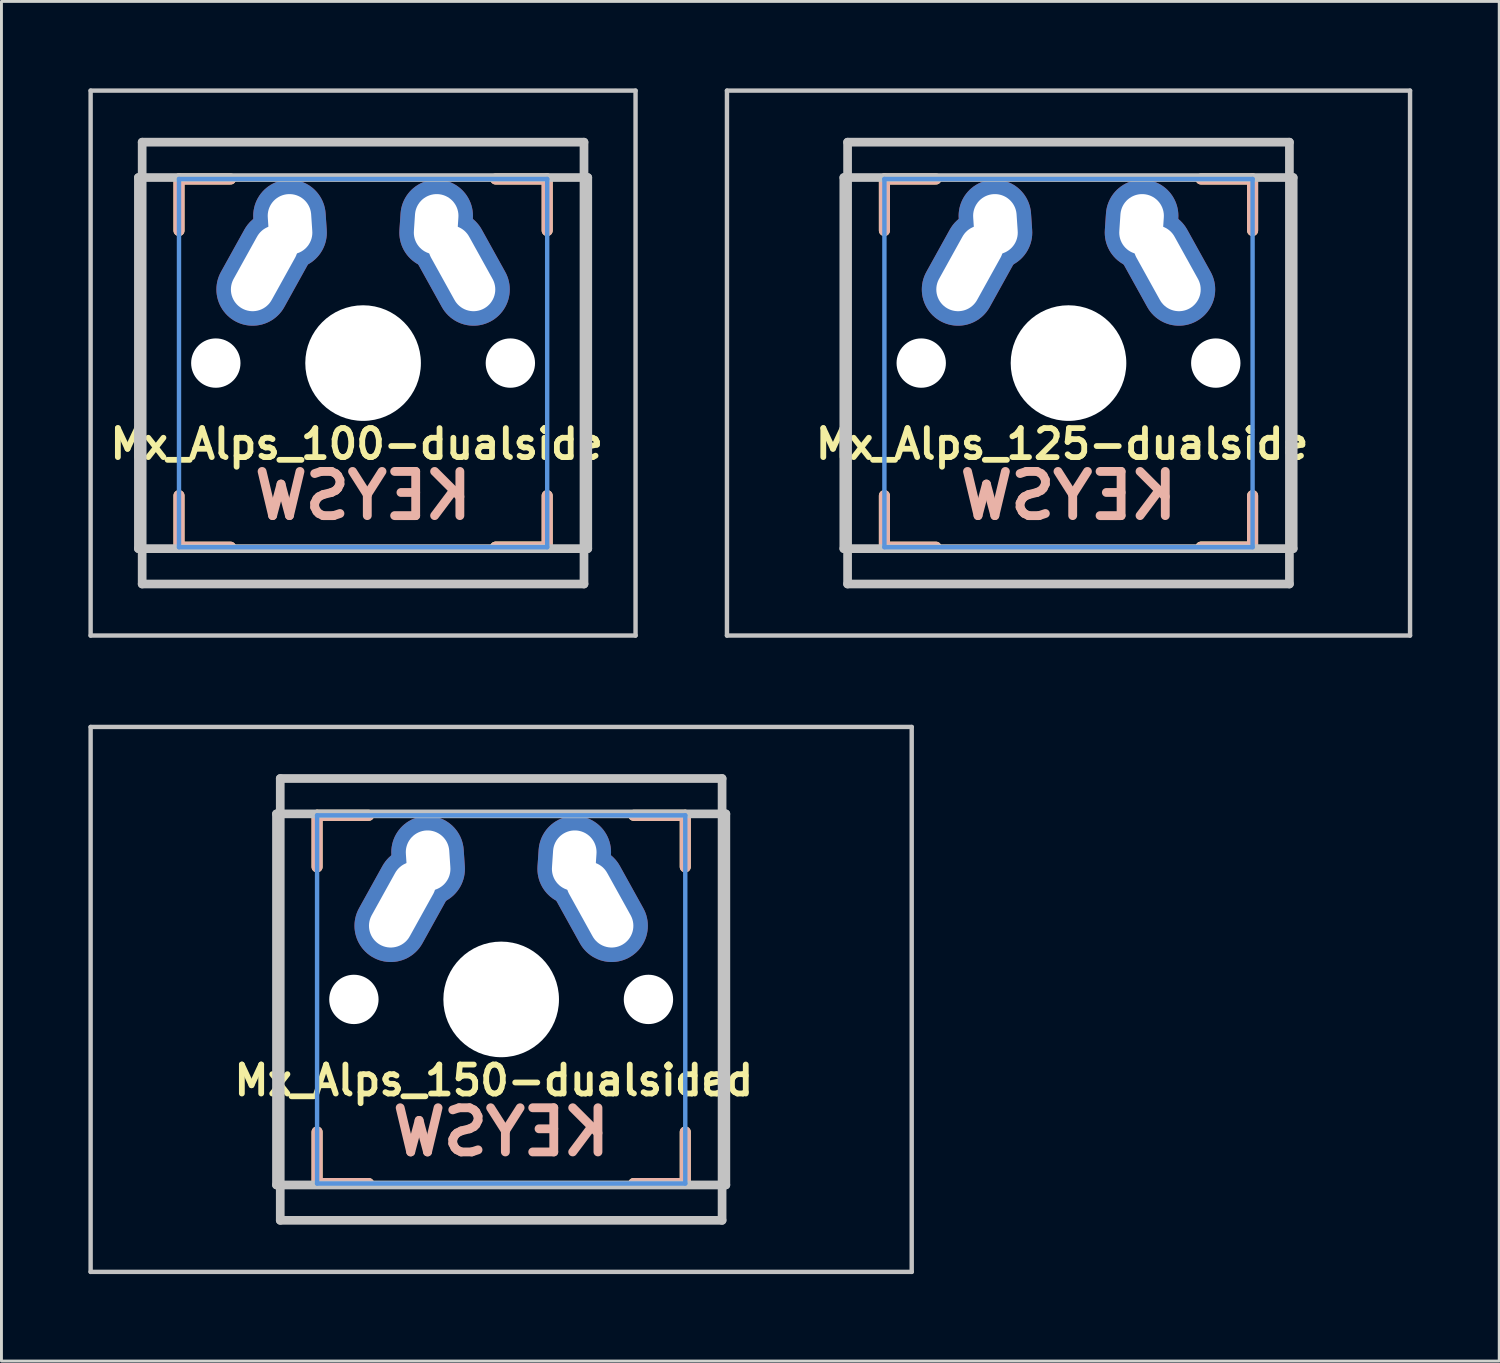
<source format=kicad_pcb>
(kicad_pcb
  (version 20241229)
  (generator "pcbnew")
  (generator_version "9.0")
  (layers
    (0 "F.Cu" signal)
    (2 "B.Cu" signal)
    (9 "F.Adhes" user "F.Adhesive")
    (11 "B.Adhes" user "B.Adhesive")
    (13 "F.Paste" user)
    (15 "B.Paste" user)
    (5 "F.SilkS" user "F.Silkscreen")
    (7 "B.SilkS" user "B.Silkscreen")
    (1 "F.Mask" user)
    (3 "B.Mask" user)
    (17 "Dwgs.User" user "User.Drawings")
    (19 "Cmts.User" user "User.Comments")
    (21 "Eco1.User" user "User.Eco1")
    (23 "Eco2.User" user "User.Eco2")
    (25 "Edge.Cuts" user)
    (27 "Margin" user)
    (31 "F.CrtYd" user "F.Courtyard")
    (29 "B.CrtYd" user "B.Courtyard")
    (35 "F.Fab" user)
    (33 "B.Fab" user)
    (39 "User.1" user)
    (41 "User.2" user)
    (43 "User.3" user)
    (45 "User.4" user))
  (footprint "Mx_Alps_150-dualsided"
    (layer "F.Cu")
    (at 14.237 31.423)
    (property "Reference" "Mx_Alps_150-dualsided" (at -0.254 2.794 0) (layer "F.SilkS") (effects (font (size 1 1) (thickness 0.2))))
    (attr through_hole)
    (fp_line (start -6.35 -6.35) (end -4.572 -6.35) (stroke (width 0.381) (type solid)) (layer "F.SilkS"))
    (fp_line (start -6.35 -4.572) (end -6.35 -6.35) (stroke (width 0.381) (type solid)) (layer "F.SilkS"))
    (fp_line (start -6.35 6.35) (end -6.35 4.572) (stroke (width 0.381) (type solid)) (layer "F.SilkS"))
    (fp_line (start -4.572 6.35) (end -6.35 6.35) (stroke (width 0.381) (type solid)) (layer "F.SilkS"))
    (fp_line (start 4.572 -6.35) (end 6.35 -6.35) (stroke (width 0.381) (type solid)) (layer "F.SilkS"))
    (fp_line (start 6.35 -6.35) (end 6.35 -4.572) (stroke (width 0.381) (type solid)) (layer "F.SilkS"))
    (fp_line (start 6.35 4.572) (end 6.35 6.35) (stroke (width 0.381) (type solid)) (layer "F.SilkS"))
    (fp_line (start 6.35 6.35) (end 4.572 6.35) (stroke (width 0.381) (type solid)) (layer "F.SilkS"))
    (fp_line (start -6.35 -6.35) (end -6.35 -4.572) (stroke (width 0.381) (type solid)) (layer "B.SilkS"))
    (fp_line (start -6.35 4.572) (end -6.35 6.35) (stroke (width 0.381) (type solid)) (layer "B.SilkS"))
    (fp_line (start -6.35 6.35) (end -4.572 6.35) (stroke (width 0.381) (type solid)) (layer "B.SilkS"))
    (fp_line (start -4.572 -6.35) (end -6.35 -6.35) (stroke (width 0.381) (type solid)) (layer "B.SilkS"))
    (fp_line (start 4.572 6.35) (end 6.35 6.35) (stroke (width 0.381) (type solid)) (layer "B.SilkS"))
    (fp_line (start 6.35 -6.35) (end 4.572 -6.35) (stroke (width 0.381) (type solid)) (layer "B.SilkS"))
    (fp_line (start 6.35 -4.572) (end 6.35 -6.35) (stroke (width 0.381) (type solid)) (layer "B.SilkS"))
    (fp_line (start 6.35 6.35) (end 6.35 4.572) (stroke (width 0.381) (type solid)) (layer "B.SilkS"))
    (fp_line (start -14.161 -9.398) (end 14.161 -9.398) (stroke (width 0.152) (type solid)) (layer "Dwgs.User"))
    (fp_line (start -14.161 9.398) (end -14.161 -9.398) (stroke (width 0.152) (type solid)) (layer "Dwgs.User"))
    (fp_line (start -7.75 6.4) (end -7.75 -6.4) (stroke (width 0.3) (type solid)) (layer "Dwgs.User"))
    (fp_line (start -7.75 6.4) (end 7.75 6.4) (stroke (width 0.3) (type solid)) (layer "Dwgs.User"))
    (fp_line (start -7.62 -7.62) (end 7.62 -7.62) (stroke (width 0.3) (type solid)) (layer "Dwgs.User"))
    (fp_line (start -7.62 7.62) (end -7.62 -7.62) (stroke (width 0.3) (type solid)) (layer "Dwgs.User"))
    (fp_line (start 7.62 -7.62) (end 7.62 7.62) (stroke (width 0.3) (type solid)) (layer "Dwgs.User"))
    (fp_line (start 7.62 7.62) (end -7.62 7.62) (stroke (width 0.3) (type solid)) (layer "Dwgs.User"))
    (fp_line (start 7.75 -6.4) (end -7.75 -6.4) (stroke (width 0.3) (type solid)) (layer "Dwgs.User"))
    (fp_line (start 7.75 6.4) (end 7.75 -6.4) (stroke (width 0.3) (type solid)) (layer "Dwgs.User"))
    (fp_line (start 14.161 -9.398) (end 14.161 9.398) (stroke (width 0.152) (type solid)) (layer "Dwgs.User"))
    (fp_line (start 14.161 9.398) (end -14.161 9.398) (stroke (width 0.152) (type solid)) (layer "Dwgs.User"))
    (fp_line (start -6.35 -6.35) (end 6.35 -6.35) (stroke (width 0.152) (type solid)) (layer "Cmts.User"))
    (fp_line (start -6.35 6.35) (end -6.35 -6.35) (stroke (width 0.152) (type solid)) (layer "Cmts.User"))
    (fp_line (start 6.35 -6.35) (end 6.35 6.35) (stroke (width 0.152) (type solid)) (layer "Cmts.User"))
    (fp_line (start 6.35 6.35) (end -6.35 6.35) (stroke (width 0.152) (type solid)) (layer "Cmts.User"))
    (fp_line (start -6.985 6.985) (end -6.985 -6.985) (stroke (width 0.152) (type solid)) (layer "Eco2.User"))
    (fp_line (start -6.985 -6.985) (end 6.985 -6.985) (stroke (width 0.152) (type solid)) (layer "Eco2.User"))
    (fp_line (start 6.985 6.985) (end -6.985 6.985) (stroke (width 0.152) (type solid)) (layer "Eco2.User"))
    (fp_line (start 6.985 -6.985) (end 6.985 6.985) (stroke (width 0.152) (type solid)) (layer "Eco2.User"))
    (fp_text user "KEYSW" (at 0 4.572 0) (layer "B.SilkS") (effects (font (size 1.524 1.524) (thickness 0.305)) (justify mirror)))
    (pad "" np_thru_hole circle (at -5.08 0) (size 1.702 1.702) (drill 1.702) (layers "*.Cu" "*.Mask"))
    (pad "" np_thru_hole circle (at 0 0) (size 3.988 3.988) (drill 3.988) (layers "*.Cu" "*.Mask"))
    (pad "" np_thru_hole circle (at 5.08 0) (size 1.702 1.702) (drill 1.702) (layers "*.Cu" "*.Mask"))
    (pad "1" thru_hole oval (at -3.405 -3.27 331) (size 2.5 4.17) (drill oval 1.5 3.17) (layers "*.Cu" "*.Mask"))
    (pad "1" thru_hole oval (at -2.52 -4.79 3.9) (size 2.5 3.08) (drill oval 1.5 2.08) (layers "*.Cu" "*.Mask"))
    (pad "2" thru_hole oval (at 2.52 -4.79 356.1) (size 2.5 3.08) (drill oval 1.5 2.08) (layers "*.Cu" "*.Mask"))
    (pad "2" thru_hole oval (at 3.405 -3.27 29) (size 2.5 4.17) (drill oval 1.5 3.17) (layers "*.Cu" "*.Mask")))
  (footprint "Mx_Alps_100-dualside"
    (layer "F.Cu")
    (at 9.474 9.474)
    (property "Reference" "Mx_Alps_100-dualside" (at -0.22 2.79 0) (layer "F.SilkS") (effects (font (size 1 1) (thickness 0.2))))
    (attr through_hole)
    (fp_line (start -6.35 -6.35) (end -4.572 -6.35) (stroke (width 0.381) (type solid)) (layer "F.SilkS"))
    (fp_line (start -6.35 -4.572) (end -6.35 -6.35) (stroke (width 0.381) (type solid)) (layer "F.SilkS"))
    (fp_line (start -6.35 6.35) (end -6.35 4.572) (stroke (width 0.381) (type solid)) (layer "F.SilkS"))
    (fp_line (start -4.572 6.35) (end -6.35 6.35) (stroke (width 0.381) (type solid)) (layer "F.SilkS"))
    (fp_line (start 4.572 -6.35) (end 6.35 -6.35) (stroke (width 0.381) (type solid)) (layer "F.SilkS"))
    (fp_line (start 4.572 6.35) (end 6.35 6.35) (stroke (width 0.381) (type solid)) (layer "F.SilkS"))
    (fp_line (start 6.35 -6.35) (end 6.35 -4.572) (stroke (width 0.381) (type solid)) (layer "F.SilkS"))
    (fp_line (start 6.35 4.572) (end 6.35 6.35) (stroke (width 0.381) (type solid)) (layer "F.SilkS"))
    (fp_line (start 6.35 6.35) (end 4.572 6.35) (stroke (width 0.381) (type solid)) (layer "F.SilkS"))
    (fp_line (start -6.35 -6.35) (end -4.572 -6.35) (stroke (width 0.381) (type solid)) (layer "B.SilkS"))
    (fp_line (start -6.35 -4.572) (end -6.35 -6.35) (stroke (width 0.381) (type solid)) (layer "B.SilkS"))
    (fp_line (start -6.35 6.35) (end -6.35 4.572) (stroke (width 0.381) (type solid)) (layer "B.SilkS"))
    (fp_line (start -4.572 6.35) (end -6.35 6.35) (stroke (width 0.381) (type solid)) (layer "B.SilkS"))
    (fp_line (start 6.35 -6.35) (end 4.572 -6.35) (stroke (width 0.381) (type solid)) (layer "B.SilkS"))
    (fp_line (start 6.35 -4.572) (end 6.35 -6.35) (stroke (width 0.381) (type solid)) (layer "B.SilkS"))
    (fp_line (start 6.35 4.572) (end 6.35 6.35) (stroke (width 0.381) (type solid)) (layer "B.SilkS"))
    (fp_line (start 6.35 6.35) (end 4.572 6.35) (stroke (width 0.381) (type solid)) (layer "B.SilkS"))
    (fp_line (start -9.398 -9.398) (end 9.398 -9.398) (stroke (width 0.152) (type solid)) (layer "Dwgs.User"))
    (fp_line (start -9.398 9.398) (end -9.398 -9.398) (stroke (width 0.152) (type solid)) (layer "Dwgs.User"))
    (fp_line (start -7.75 6.4) (end -7.75 -6.4) (stroke (width 0.3) (type solid)) (layer "Dwgs.User"))
    (fp_line (start -7.75 6.4) (end 7.75 6.4) (stroke (width 0.3) (type solid)) (layer "Dwgs.User"))
    (fp_line (start -7.62 -7.62) (end 7.62 -7.62) (stroke (width 0.3) (type solid)) (layer "Dwgs.User"))
    (fp_line (start -7.62 7.62) (end -7.62 -7.62) (stroke (width 0.3) (type solid)) (layer "Dwgs.User"))
    (fp_line (start 7.62 -7.62) (end 7.62 7.62) (stroke (width 0.3) (type solid)) (layer "Dwgs.User"))
    (fp_line (start 7.62 7.62) (end -7.62 7.62) (stroke (width 0.3) (type solid)) (layer "Dwgs.User"))
    (fp_line (start 7.75 -6.4) (end -7.75 -6.4) (stroke (width 0.3) (type solid)) (layer "Dwgs.User"))
    (fp_line (start 7.75 6.4) (end 7.75 -6.4) (stroke (width 0.3) (type solid)) (layer "Dwgs.User"))
    (fp_line (start 9.398 -9.398) (end 9.398 9.398) (stroke (width 0.152) (type solid)) (layer "Dwgs.User"))
    (fp_line (start 9.398 9.398) (end -9.398 9.398) (stroke (width 0.152) (type solid)) (layer "Dwgs.User"))
    (fp_line (start -6.35 -6.35) (end 6.35 -6.35) (stroke (width 0.152) (type solid)) (layer "Cmts.User"))
    (fp_line (start -6.35 6.35) (end -6.35 -6.35) (stroke (width 0.152) (type solid)) (layer "Cmts.User"))
    (fp_line (start 6.35 6.35) (end -6.35 6.35) (stroke (width 0.152) (type solid)) (layer "Cmts.User"))
    (fp_line (start 6.35 6.35) (end 6.35 -6.35) (stroke (width 0.152) (type solid)) (layer "Cmts.User"))
    (fp_line (start -6.985 6.985) (end -6.985 -6.985) (stroke (width 0.152) (type solid)) (layer "Eco2.User"))
    (fp_line (start 6.985 -6.985) (end -6.985 -6.985) (stroke (width 0.152) (type solid)) (layer "Eco2.User"))
    (fp_line (start 6.985 -6.985) (end 6.985 6.985) (stroke (width 0.152) (type solid)) (layer "Eco2.User"))
    (fp_line (start 6.985 6.985) (end -6.985 6.985) (stroke (width 0.152) (type solid)) (layer "Eco2.User"))
    (fp_line (start 6.985 6.985) (end 6.985 -6.985) (stroke (width 0.152) (type solid)) (layer "Eco2.User"))
    (fp_text user "KEYSW" (at 0 4.572 180) (layer "B.SilkS") (effects (font (size 1.524 1.524) (thickness 0.305)) (justify mirror)))
    (pad "" np_thru_hole circle (at -5.08 0) (size 1.702 1.702) (drill 1.702) (layers "*.Cu" "*.Mask"))
    (pad "" np_thru_hole circle (at 0 0) (size 3.988 3.988) (drill 3.988) (layers "*.Cu" "*.Mask"))
    (pad "" np_thru_hole circle (at 5.08 0) (size 1.702 1.702) (drill 1.702) (layers "*.Cu" "*.Mask"))
    (pad "1" thru_hole oval (at -3.405 -3.27 331) (size 2.5 4.17) (drill oval 1.5 3.17) (layers "*.Cu" "*.Mask"))
    (pad "1" thru_hole oval (at -2.52 -4.79 3.9) (size 2.5 3.08) (drill oval 1.5 2.08) (layers "*.Cu" "*.Mask"))
    (pad "2" thru_hole oval (at 2.52 -4.79 356.1) (size 2.5 3.08) (drill oval 1.5 2.08) (layers "*.Cu" "*.Mask"))
    (pad "2" thru_hole oval (at 3.405 -3.27 29) (size 2.5 4.17) (drill oval 1.5 3.17) (layers "*.Cu" "*.Mask")))
  (footprint "Mx_Alps_125-dualside"
    (layer "F.Cu")
    (at 33.806 9.474)
    (property "Reference" "Mx_Alps_125-dualside" (at -0.22 2.79 0) (layer "F.SilkS") (effects (font (size 1 1) (thickness 0.2))))
    (attr through_hole)
    (fp_line (start -6.35 -6.35) (end -4.572 -6.35) (stroke (width 0.381) (type solid)) (layer "F.SilkS"))
    (fp_line (start -6.35 -4.572) (end -6.35 -6.35) (stroke (width 0.381) (type solid)) (layer "F.SilkS"))
    (fp_line (start -6.35 6.35) (end -6.35 4.572) (stroke (width 0.381) (type solid)) (layer "F.SilkS"))
    (fp_line (start -4.572 6.35) (end -6.35 6.35) (stroke (width 0.381) (type solid)) (layer "F.SilkS"))
    (fp_line (start 4.572 -6.35) (end 6.35 -6.35) (stroke (width 0.381) (type solid)) (layer "F.SilkS"))
    (fp_line (start 4.572 6.35) (end 6.35 6.35) (stroke (width 0.381) (type solid)) (layer "F.SilkS"))
    (fp_line (start 6.35 -6.35) (end 6.35 -4.572) (stroke (width 0.381) (type solid)) (layer "F.SilkS"))
    (fp_line (start 6.35 4.572) (end 6.35 6.35) (stroke (width 0.381) (type solid)) (layer "F.SilkS"))
    (fp_line (start 6.35 6.35) (end 4.572 6.35) (stroke (width 0.381) (type solid)) (layer "F.SilkS"))
    (fp_line (start -6.35 -6.35) (end -4.572 -6.35) (stroke (width 0.381) (type solid)) (layer "B.SilkS"))
    (fp_line (start -6.35 -4.572) (end -6.35 -6.35) (stroke (width 0.381) (type solid)) (layer "B.SilkS"))
    (fp_line (start -6.35 6.35) (end -6.35 4.572) (stroke (width 0.381) (type solid)) (layer "B.SilkS"))
    (fp_line (start -4.572 6.35) (end -6.35 6.35) (stroke (width 0.381) (type solid)) (layer "B.SilkS"))
    (fp_line (start 6.35 -6.35) (end 4.572 -6.35) (stroke (width 0.381) (type solid)) (layer "B.SilkS"))
    (fp_line (start 6.35 -4.572) (end 6.35 -6.35) (stroke (width 0.381) (type solid)) (layer "B.SilkS"))
    (fp_line (start 6.35 4.572) (end 6.35 6.35) (stroke (width 0.381) (type solid)) (layer "B.SilkS"))
    (fp_line (start 6.35 6.35) (end 4.572 6.35) (stroke (width 0.381) (type solid)) (layer "B.SilkS"))
    (fp_line (start -11.781 -9.398) (end 11.781 -9.398) (stroke (width 0.152) (type solid)) (layer "Dwgs.User"))
    (fp_line (start -11.781 9.398) (end -11.781 -9.398) (stroke (width 0.152) (type solid)) (layer "Dwgs.User"))
    (fp_line (start -7.75 6.4) (end -7.75 -6.4) (stroke (width 0.3) (type solid)) (layer "Dwgs.User"))
    (fp_line (start -7.75 6.4) (end 7.75 6.4) (stroke (width 0.3) (type solid)) (layer "Dwgs.User"))
    (fp_line (start -7.62 -7.62) (end 7.62 -7.62) (stroke (width 0.3) (type solid)) (layer "Dwgs.User"))
    (fp_line (start -7.62 7.62) (end -7.62 -7.62) (stroke (width 0.3) (type solid)) (layer "Dwgs.User"))
    (fp_line (start 7.62 -7.62) (end 7.62 7.62) (stroke (width 0.3) (type solid)) (layer "Dwgs.User"))
    (fp_line (start 7.62 7.62) (end -7.62 7.62) (stroke (width 0.3) (type solid)) (layer "Dwgs.User"))
    (fp_line (start 7.75 -6.4) (end -7.75 -6.4) (stroke (width 0.3) (type solid)) (layer "Dwgs.User"))
    (fp_line (start 7.75 6.4) (end 7.75 -6.4) (stroke (width 0.3) (type solid)) (layer "Dwgs.User"))
    (fp_line (start 11.781 -9.398) (end 11.781 9.398) (stroke (width 0.152) (type solid)) (layer "Dwgs.User"))
    (fp_line (start 11.781 9.398) (end -11.781 9.398) (stroke (width 0.152) (type solid)) (layer "Dwgs.User"))
    (fp_line (start -6.35 -6.35) (end 6.35 -6.35) (stroke (width 0.152) (type solid)) (layer "Cmts.User"))
    (fp_line (start -6.35 6.35) (end -6.35 -6.35) (stroke (width 0.152) (type solid)) (layer "Cmts.User"))
    (fp_line (start 6.35 6.35) (end -6.35 6.35) (stroke (width 0.152) (type solid)) (layer "Cmts.User"))
    (fp_line (start 6.35 6.35) (end 6.35 -6.35) (stroke (width 0.152) (type solid)) (layer "Cmts.User"))
    (fp_line (start -6.985 6.985) (end -6.985 -6.985) (stroke (width 0.152) (type solid)) (layer "Eco2.User"))
    (fp_line (start 6.985 -6.985) (end -6.985 -6.985) (stroke (width 0.152) (type solid)) (layer "Eco2.User"))
    (fp_line (start 6.985 -6.985) (end 6.985 6.985) (stroke (width 0.152) (type solid)) (layer "Eco2.User"))
    (fp_line (start 6.985 6.985) (end -6.985 6.985) (stroke (width 0.152) (type solid)) (layer "Eco2.User"))
    (fp_line (start 6.985 6.985) (end 6.985 -6.985) (stroke (width 0.152) (type solid)) (layer "Eco2.User"))
    (fp_text user "KEYSW" (at 0 4.572 0) (layer "B.SilkS") (effects (font (size 1.524 1.524) (thickness 0.305)) (justify mirror)))
    (pad "" np_thru_hole circle (at -5.08 0) (size 1.702 1.702) (drill 1.702) (layers "*.Cu" "*.Mask"))
    (pad "" np_thru_hole circle (at 0 0) (size 3.988 3.988) (drill 3.988) (layers "*.Cu" "*.Mask"))
    (pad "" np_thru_hole circle (at 5.08 0) (size 1.702 1.702) (drill 1.702) (layers "*.Cu" "*.Mask"))
    (pad "1" thru_hole oval (at -3.405 -3.27 331) (size 2.5 4.17) (drill oval 1.5 3.17) (layers "*.Cu" "*.Mask"))
    (pad "1" thru_hole oval (at -2.52 -4.79 3.9) (size 2.5 3.08) (drill oval 1.5 2.08) (layers "*.Cu" "*.Mask"))
    (pad "2" thru_hole oval (at 2.52 -4.79 356.1) (size 2.5 3.08) (drill oval 1.5 2.08) (layers "*.Cu" "*.Mask"))
    (pad "2" thru_hole oval (at 3.405 -3.27 29) (size 2.5 4.17) (drill oval 1.5 3.17) (layers "*.Cu" "*.Mask")))
  (gr_rect
    (start -3 -3)
    (end 48.663 43.897)
    (stroke (width 0.1) (type default))
    (fill no)
    (layer "Edge.Cuts")))
</source>
